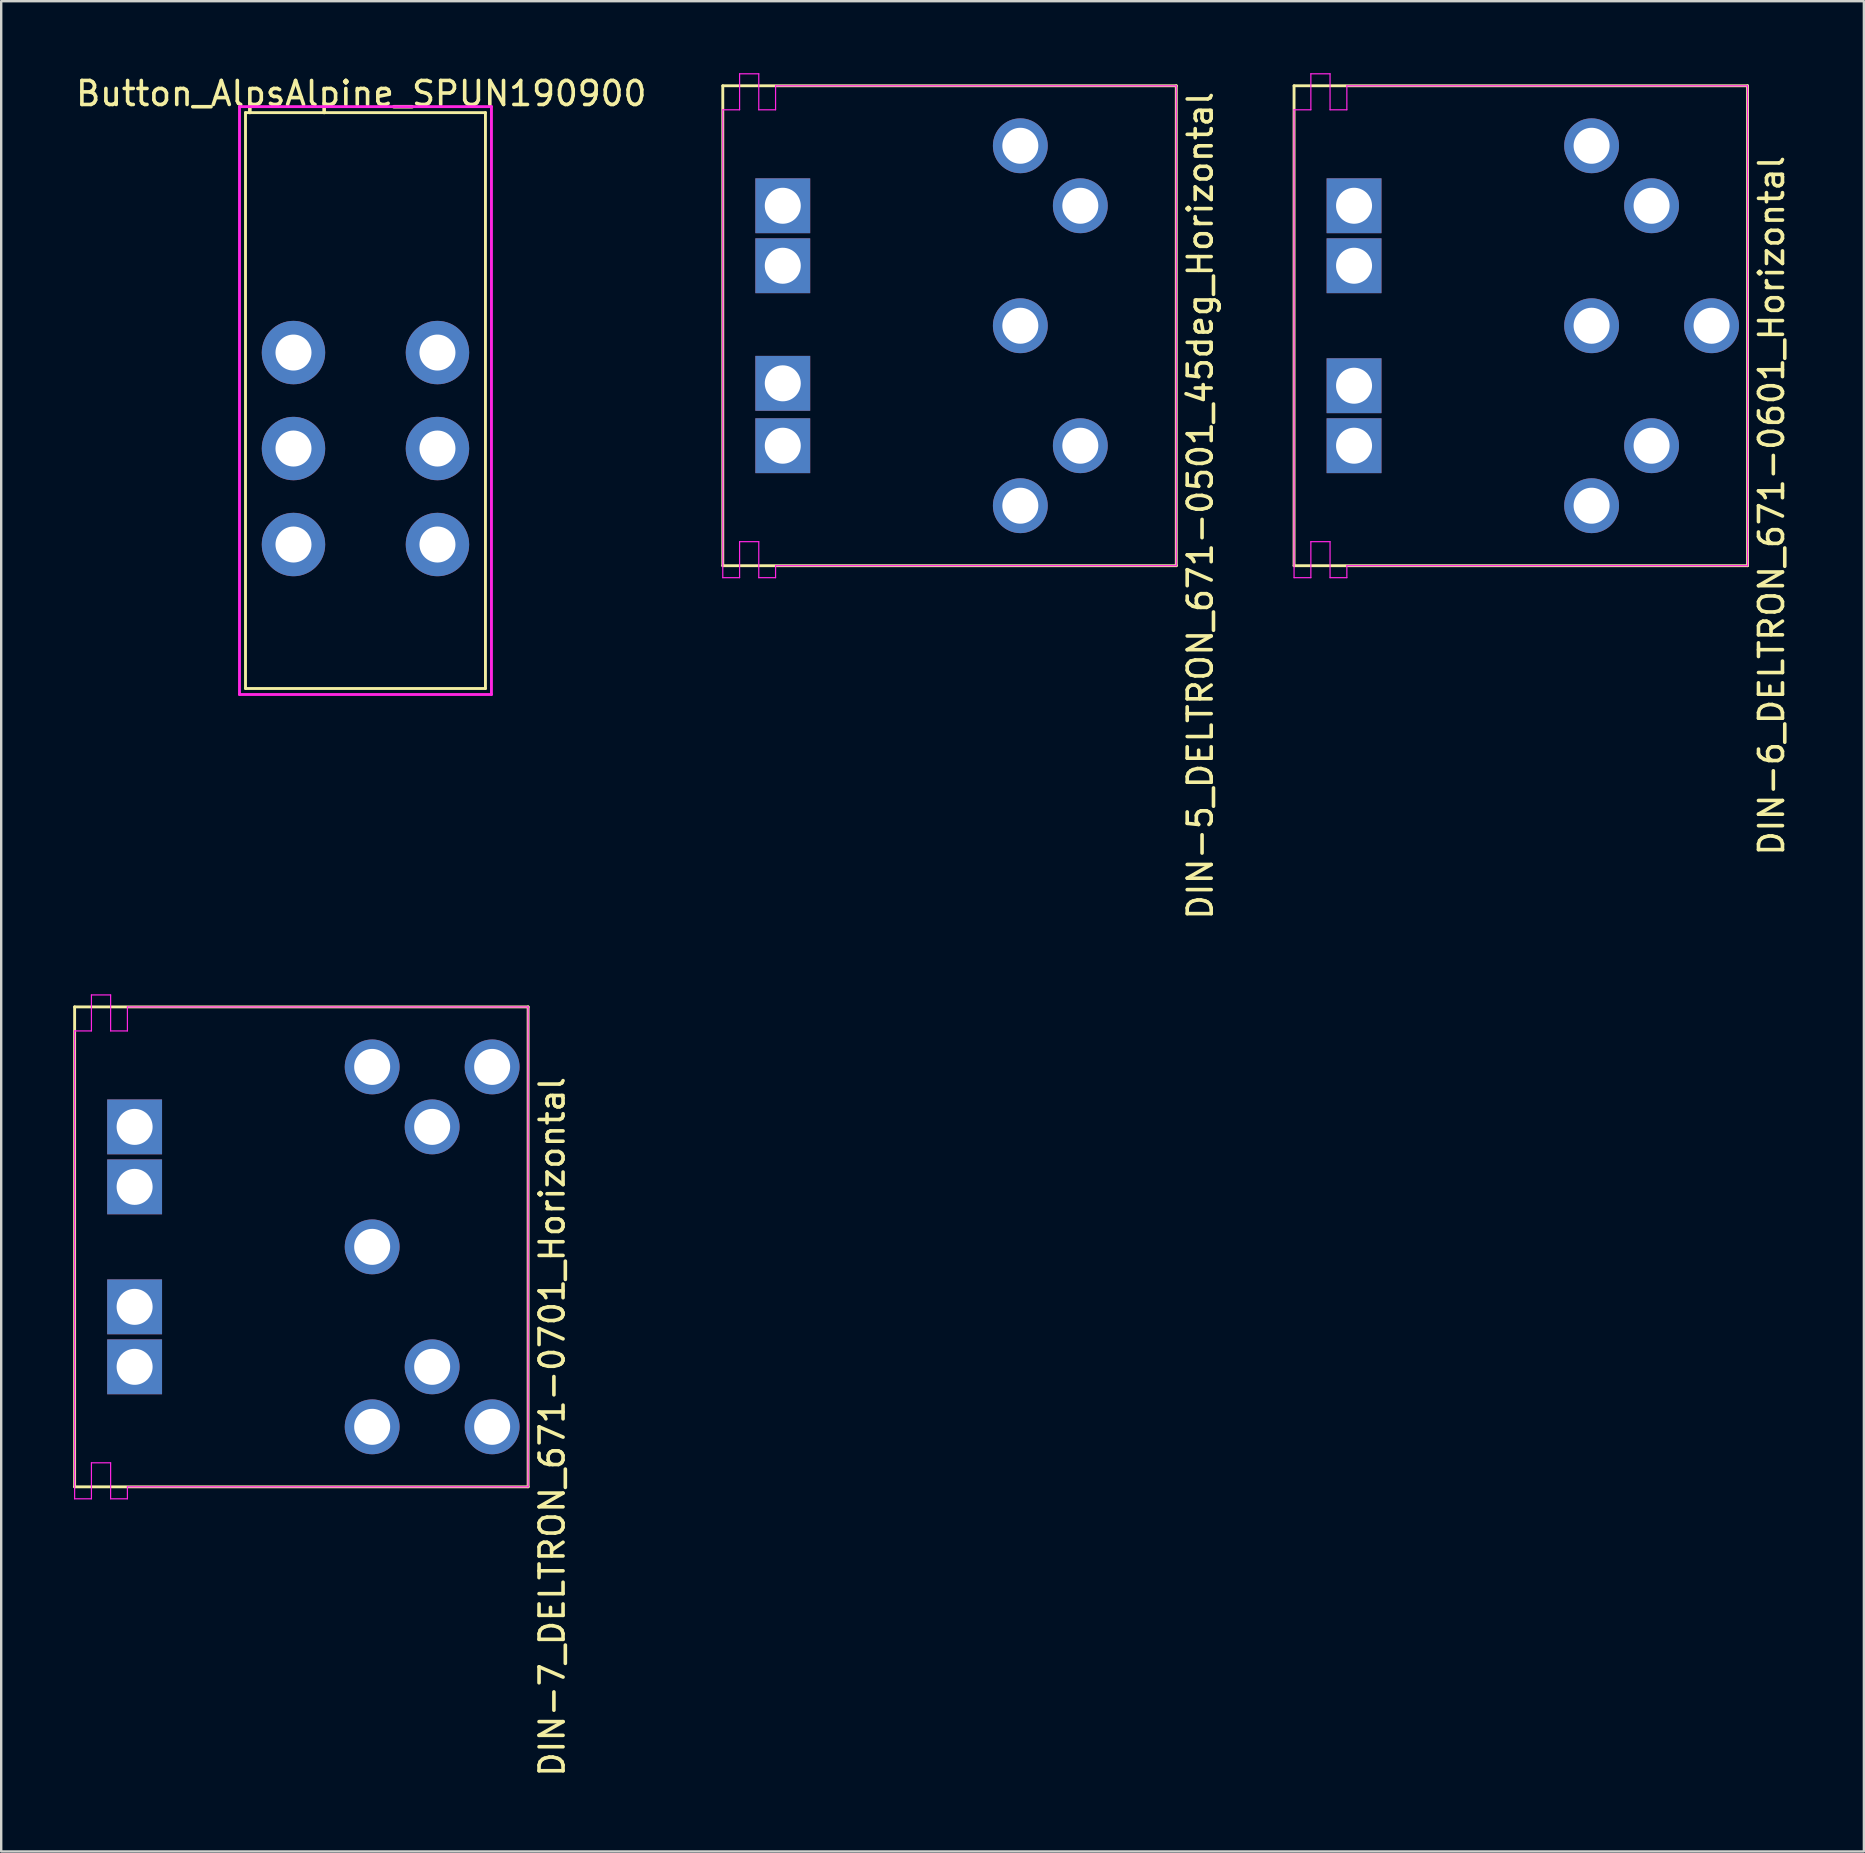
<source format=kicad_pcb>
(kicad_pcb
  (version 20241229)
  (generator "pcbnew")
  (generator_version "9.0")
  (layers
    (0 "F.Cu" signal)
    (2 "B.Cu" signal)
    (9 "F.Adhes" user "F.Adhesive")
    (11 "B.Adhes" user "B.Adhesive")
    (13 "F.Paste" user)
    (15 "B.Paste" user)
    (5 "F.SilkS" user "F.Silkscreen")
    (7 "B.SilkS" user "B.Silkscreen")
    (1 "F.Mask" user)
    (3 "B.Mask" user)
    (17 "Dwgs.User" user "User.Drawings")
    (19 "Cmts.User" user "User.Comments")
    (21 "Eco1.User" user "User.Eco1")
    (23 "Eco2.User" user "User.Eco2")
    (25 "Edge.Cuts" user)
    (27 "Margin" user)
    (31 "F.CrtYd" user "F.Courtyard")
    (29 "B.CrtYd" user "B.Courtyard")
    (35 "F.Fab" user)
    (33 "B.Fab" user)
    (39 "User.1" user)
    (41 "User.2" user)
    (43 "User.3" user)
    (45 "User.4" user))
  (footprint "DIN-7_DELTRON_671-0701_Horizontal"
    (layer "F.Cu")
    (at 12.46 56.413)
    (property "Reference" "DIN-7_DELTRON_671-0701_Horizontal" (at 7.5 0 90) (layer "F.SilkS") (effects (font (size 1 1) (thickness 0.15))))
    (attr through_hole)
    (fp_line (start -12.4 -17.5) (end -12.4 2.5) (stroke (width 0.12) (type solid)) (layer "F.SilkS"))
    (fp_line (start -12.4 2.5) (end 6.5 2.5) (stroke (width 0.12) (type solid)) (layer "F.SilkS"))
    (fp_line (start 6.5 -17.5) (end -12.4 -17.5) (stroke (width 0.12) (type solid)) (layer "F.SilkS"))
    (fp_line (start 6.5 2.5) (end 6.5 -17.5) (stroke (width 0.12) (type solid)) (layer "F.SilkS"))
    (fp_line (start -12.4 -16.5) (end -11.7 -16.5) (stroke (width 0.05) (type solid)) (layer "F.CrtYd"))
    (fp_line (start -12.4 3) (end -12.4 -16.5) (stroke (width 0.05) (type solid)) (layer "F.CrtYd"))
    (fp_line (start -12.4 3) (end -11.7 3) (stroke (width 0.05) (type solid)) (layer "F.CrtYd"))
    (fp_line (start -11.7 -18) (end -10.9 -18) (stroke (width 0.05) (type solid)) (layer "F.CrtYd"))
    (fp_line (start -11.7 -16.5) (end -11.7 -18) (stroke (width 0.05) (type solid)) (layer "F.CrtYd"))
    (fp_line (start -11.7 1.5) (end -10.9 1.5) (stroke (width 0.05) (type solid)) (layer "F.CrtYd"))
    (fp_line (start -11.7 3) (end -11.7 1.5) (stroke (width 0.05) (type solid)) (layer "F.CrtYd"))
    (fp_line (start -10.9 -18) (end -10.9 -16.5) (stroke (width 0.05) (type solid)) (layer "F.CrtYd"))
    (fp_line (start -10.9 -16.5) (end -10.2 -16.5) (stroke (width 0.05) (type solid)) (layer "F.CrtYd"))
    (fp_line (start -10.9 1.5) (end -10.9 3) (stroke (width 0.05) (type solid)) (layer "F.CrtYd"))
    (fp_line (start -10.9 3) (end -10.2 3) (stroke (width 0.05) (type solid)) (layer "F.CrtYd"))
    (fp_line (start -10.2 -17.5) (end 6.5 -17.5) (stroke (width 0.05) (type solid)) (layer "F.CrtYd"))
    (fp_line (start -10.2 -16.5) (end -10.2 -17.5) (stroke (width 0.05) (type solid)) (layer "F.CrtYd"))
    (fp_line (start -10.2 3) (end -10.2 2.5) (stroke (width 0.05) (type solid)) (layer "F.CrtYd"))
    (fp_line (start 6.5 -17.5) (end 6.5 2.5) (stroke (width 0.05) (type solid)) (layer "F.CrtYd"))
    (fp_line (start 6.5 2.5) (end -10.2 2.5) (stroke (width 0.05) (type solid)) (layer "F.CrtYd"))
    (pad "" thru_hole rect (at -9.9 -12.5) (size 2.286 2.286) (drill 1.5) (layers "*.Cu" "*.Mask"))
    (pad "" thru_hole rect (at -9.9 -10) (size 2.286 2.286) (drill 1.5) (layers "*.Cu" "*.Mask"))
    (pad "" thru_hole rect (at -9.9 -5) (size 2.286 2.286) (drill 1.5) (layers "*.Cu" "*.Mask"))
    (pad "" thru_hole rect (at -9.9 -2.5) (size 2.286 2.286) (drill 1.5) (layers "*.Cu" "*.Mask"))
    (pad "1" thru_hole circle (at 0 0) (size 2.286 2.286) (drill 1.5) (layers "*.Cu" "*.Mask"))
    (pad "2" thru_hole circle (at 0 -7.5) (size 2.286 2.286) (drill 1.5) (layers "*.Cu" "*.Mask"))
    (pad "3" thru_hole circle (at 0 -15) (size 2.286 2.286) (drill 1.5) (layers "*.Cu" "*.Mask"))
    (pad "4" thru_hole circle (at 2.5 -2.5) (size 2.286 2.286) (drill 1.5) (layers "*.Cu" "*.Mask"))
    (pad "5" thru_hole circle (at 2.5 -12.5 90) (size 2.286 2.286) (drill 1.5) (layers "*.Cu" "*.Mask"))
    (pad "6" thru_hole circle (at 5 0) (size 2.286 2.286) (drill 1.5) (layers "*.Cu" "*.Mask"))
    (pad "7" thru_hole circle (at 5 -15) (size 2.286 2.286) (drill 1.5) (layers "*.Cu" "*.Mask")))
  (footprint "DIN-6_DELTRON_671-0601_Horizontal"
    (layer "F.Cu")
    (at 63.28 18.025)
    (property "Reference" "DIN-6_DELTRON_671-0601_Horizontal" (at 7.5 0 90) (layer "F.SilkS") (effects (font (size 1 1) (thickness 0.15))))
    (attr through_hole)
    (fp_line (start -12.4 -17.5) (end -12.4 2.5) (stroke (width 0.12) (type solid)) (layer "F.SilkS"))
    (fp_line (start -12.4 2.5) (end 6.5 2.5) (stroke (width 0.12) (type solid)) (layer "F.SilkS"))
    (fp_line (start 6.5 -17.5) (end -12.4 -17.5) (stroke (width 0.12) (type solid)) (layer "F.SilkS"))
    (fp_line (start 6.5 2.5) (end 6.5 -17.5) (stroke (width 0.12) (type solid)) (layer "F.SilkS"))
    (fp_line (start -12.4 -16.5) (end -11.7 -16.5) (stroke (width 0.05) (type solid)) (layer "F.CrtYd"))
    (fp_line (start -12.4 3) (end -12.4 -16.5) (stroke (width 0.05) (type solid)) (layer "F.CrtYd"))
    (fp_line (start -12.4 3) (end -11.7 3) (stroke (width 0.05) (type solid)) (layer "F.CrtYd"))
    (fp_line (start -11.7 -18) (end -10.9 -18) (stroke (width 0.05) (type solid)) (layer "F.CrtYd"))
    (fp_line (start -11.7 -16.5) (end -11.7 -18) (stroke (width 0.05) (type solid)) (layer "F.CrtYd"))
    (fp_line (start -11.7 1.5) (end -10.9 1.5) (stroke (width 0.05) (type solid)) (layer "F.CrtYd"))
    (fp_line (start -11.7 3) (end -11.7 1.5) (stroke (width 0.05) (type solid)) (layer "F.CrtYd"))
    (fp_line (start -10.9 -18) (end -10.9 -16.5) (stroke (width 0.05) (type solid)) (layer "F.CrtYd"))
    (fp_line (start -10.9 -16.5) (end -10.2 -16.5) (stroke (width 0.05) (type solid)) (layer "F.CrtYd"))
    (fp_line (start -10.9 1.5) (end -10.9 3) (stroke (width 0.05) (type solid)) (layer "F.CrtYd"))
    (fp_line (start -10.9 3) (end -10.2 3) (stroke (width 0.05) (type solid)) (layer "F.CrtYd"))
    (fp_line (start -10.2 -17.5) (end 6.5 -17.5) (stroke (width 0.05) (type solid)) (layer "F.CrtYd"))
    (fp_line (start -10.2 -16.5) (end -10.2 -17.5) (stroke (width 0.05) (type solid)) (layer "F.CrtYd"))
    (fp_line (start -10.2 3) (end -10.2 2.5) (stroke (width 0.05) (type solid)) (layer "F.CrtYd"))
    (fp_line (start 6.5 -17.5) (end 6.5 2.5) (stroke (width 0.05) (type solid)) (layer "F.CrtYd"))
    (fp_line (start 6.5 2.5) (end -10.2 2.5) (stroke (width 0.05) (type solid)) (layer "F.CrtYd"))
    (pad "" thru_hole rect (at -9.9 -12.5) (size 2.286 2.286) (drill 1.5) (layers "*.Cu" "*.Mask"))
    (pad "" thru_hole rect (at -9.9 -10) (size 2.286 2.286) (drill 1.5) (layers "*.Cu" "*.Mask"))
    (pad "" thru_hole rect (at -9.9 -5) (size 2.286 2.286) (drill 1.5) (layers "*.Cu" "*.Mask"))
    (pad "" thru_hole rect (at -9.9 -2.5) (size 2.286 2.286) (drill 1.5) (layers "*.Cu" "*.Mask"))
    (pad "1" thru_hole circle (at 0 0) (size 2.286 2.286) (drill 1.5) (layers "*.Cu" "*.Mask"))
    (pad "2" thru_hole circle (at 2.5 -2.5) (size 2.286 2.286) (drill 1.5) (layers "*.Cu" "*.Mask"))
    (pad "3" thru_hole circle (at 0 -7.5) (size 2.286 2.286) (drill 1.5) (layers "*.Cu" "*.Mask"))
    (pad "4" thru_hole circle (at 2.5 -12.5 90) (size 2.286 2.286) (drill 1.5) (layers "*.Cu" "*.Mask"))
    (pad "5" thru_hole circle (at 0 -15) (size 2.286 2.286) (drill 1.5) (layers "*.Cu" "*.Mask"))
    (pad "6" thru_hole circle (at 5 -7.5) (size 2.286 2.286) (drill 1.5) (layers "*.Cu" "*.Mask")))
  (footprint "Button_AlpsAlpine_SPUN190900"
    (layer "F.Cu")
    (at 15.181 11.643)
    (property "Reference" "Button_AlpsAlpine_SPUN190900" (at -3.175 -10.795 0) (layer "F.SilkS") (effects (font (size 1 1) (thickness 0.15))))
    (attr through_hole)
    (fp_line (start -8 -10) (end -8 14) (stroke (width 0.12) (type solid)) (layer "F.SilkS"))
    (fp_line (start -8 -10) (end 2 -10) (stroke (width 0.12) (type solid)) (layer "F.SilkS"))
    (fp_line (start -8 14) (end 2 14) (stroke (width 0.12) (type solid)) (layer "F.SilkS"))
    (fp_line (start 2 -10) (end 2 14) (stroke (width 0.12) (type solid)) (layer "F.SilkS"))
    (fp_line (start -8.25 -10.25) (end 2.25 -10.25) (stroke (width 0.12) (type solid)) (layer "F.CrtYd"))
    (fp_line (start -8.25 14.25) (end -8.25 -10.25) (stroke (width 0.12) (type solid)) (layer "F.CrtYd"))
    (fp_line (start 2.25 -10.25) (end 2.25 14.25) (stroke (width 0.12) (type solid)) (layer "F.CrtYd"))
    (fp_line (start 2.25 14.25) (end -8.25 14.25) (stroke (width 0.12) (type solid)) (layer "F.CrtYd"))
    (pad "1" thru_hole circle (at 0 0) (size 2.643 2.643) (drill 1.5) (layers "*.Cu" "*.Mask"))
    (pad "2" thru_hole circle (at 0 4) (size 2.643 2.643) (drill 1.5) (layers "*.Cu" "*.Mask"))
    (pad "3" thru_hole circle (at 0 8) (size 2.643 2.643) (drill 1.5) (layers "*.Cu" "*.Mask"))
    (pad "4" thru_hole circle (at -6 0) (size 2.643 2.643) (drill 1.5) (layers "*.Cu" "*.Mask"))
    (pad "5" thru_hole circle (at -6 4) (size 2.643 2.643) (drill 1.5) (layers "*.Cu" "*.Mask"))
    (pad "6" thru_hole circle (at -6 8) (size 2.643 2.643) (drill 1.5) (layers "*.Cu" "*.Mask")))
  (footprint "DIN-5_DELTRON_671-0501_45deg_Horizontal"
    (layer "F.Cu")
    (at 39.472 18.025)
    (property "Reference" "DIN-5_DELTRON_671-0501_45deg_Horizontal" (at 7.5 0 90) (layer "F.SilkS") (effects (font (size 1 1) (thickness 0.15))))
    (attr through_hole)
    (fp_line (start -12.4 -17.5) (end -12.4 2.5) (stroke (width 0.12) (type solid)) (layer "F.SilkS"))
    (fp_line (start -12.4 2.5) (end 6.5 2.5) (stroke (width 0.12) (type solid)) (layer "F.SilkS"))
    (fp_line (start 6.5 -17.5) (end -12.4 -17.5) (stroke (width 0.12) (type solid)) (layer "F.SilkS"))
    (fp_line (start 6.5 2.5) (end 6.5 -17.5) (stroke (width 0.12) (type solid)) (layer "F.SilkS"))
    (fp_line (start -12.4 -16.5) (end -11.7 -16.5) (stroke (width 0.05) (type solid)) (layer "F.CrtYd"))
    (fp_line (start -12.4 3) (end -12.4 -16.5) (stroke (width 0.05) (type solid)) (layer "F.CrtYd"))
    (fp_line (start -12.4 3) (end -11.7 3) (stroke (width 0.05) (type solid)) (layer "F.CrtYd"))
    (fp_line (start -11.7 -18) (end -10.9 -18) (stroke (width 0.05) (type solid)) (layer "F.CrtYd"))
    (fp_line (start -11.7 -16.5) (end -11.7 -18) (stroke (width 0.05) (type solid)) (layer "F.CrtYd"))
    (fp_line (start -11.7 1.5) (end -10.9 1.5) (stroke (width 0.05) (type solid)) (layer "F.CrtYd"))
    (fp_line (start -11.7 3) (end -11.7 1.5) (stroke (width 0.05) (type solid)) (layer "F.CrtYd"))
    (fp_line (start -10.9 -18) (end -10.9 -16.5) (stroke (width 0.05) (type solid)) (layer "F.CrtYd"))
    (fp_line (start -10.9 -16.5) (end -10.2 -16.5) (stroke (width 0.05) (type solid)) (layer "F.CrtYd"))
    (fp_line (start -10.9 1.5) (end -10.9 3) (stroke (width 0.05) (type solid)) (layer "F.CrtYd"))
    (fp_line (start -10.9 3) (end -10.2 3) (stroke (width 0.05) (type solid)) (layer "F.CrtYd"))
    (fp_line (start -10.2 -17.5) (end 6.5 -17.5) (stroke (width 0.05) (type solid)) (layer "F.CrtYd"))
    (fp_line (start -10.2 -16.5) (end -10.2 -17.5) (stroke (width 0.05) (type solid)) (layer "F.CrtYd"))
    (fp_line (start -10.2 3) (end -10.2 2.5) (stroke (width 0.05) (type solid)) (layer "F.CrtYd"))
    (fp_line (start 6.5 -17.5) (end 6.5 2.5) (stroke (width 0.05) (type solid)) (layer "F.CrtYd"))
    (fp_line (start 6.5 2.5) (end -10.2 2.5) (stroke (width 0.05) (type solid)) (layer "F.CrtYd"))
    (pad "" thru_hole rect (at -9.9 -12.5) (size 2.286 2.286) (drill 1.5) (layers "*.Cu" "*.Mask"))
    (pad "" thru_hole rect (at -9.9 -10) (size 2.286 2.286) (drill 1.5) (layers "*.Cu" "*.Mask"))
    (pad "" thru_hole rect (at -9.9 -5.1) (size 2.286 2.286) (drill 1.5) (layers "*.Cu" "*.Mask"))
    (pad "" thru_hole rect (at -9.9 -2.5) (size 2.286 2.286) (drill 1.5) (layers "*.Cu" "*.Mask"))
    (pad "1" thru_hole circle (at 0 0) (size 2.286 2.286) (drill 1.5) (layers "*.Cu" "*.Mask"))
    (pad "2" thru_hole circle (at 0 -7.5) (size 2.286 2.286) (drill 1.5) (layers "*.Cu" "*.Mask"))
    (pad "3" thru_hole circle (at 0 -15) (size 2.286 2.286) (drill 1.5) (layers "*.Cu" "*.Mask"))
    (pad "4" thru_hole circle (at 2.5 -2.5) (size 2.286 2.286) (drill 1.5) (layers "*.Cu" "*.Mask"))
    (pad "5" thru_hole circle (at 2.5 -12.5 90) (size 2.286 2.286) (drill 1.5) (layers "*.Cu" "*.Mask")))
  (gr_rect
    (start -3 -3)
    (end 74.628 74.11)
    (stroke (width 0.1) (type default))
    (fill no)
    (layer "Edge.Cuts")))
</source>
